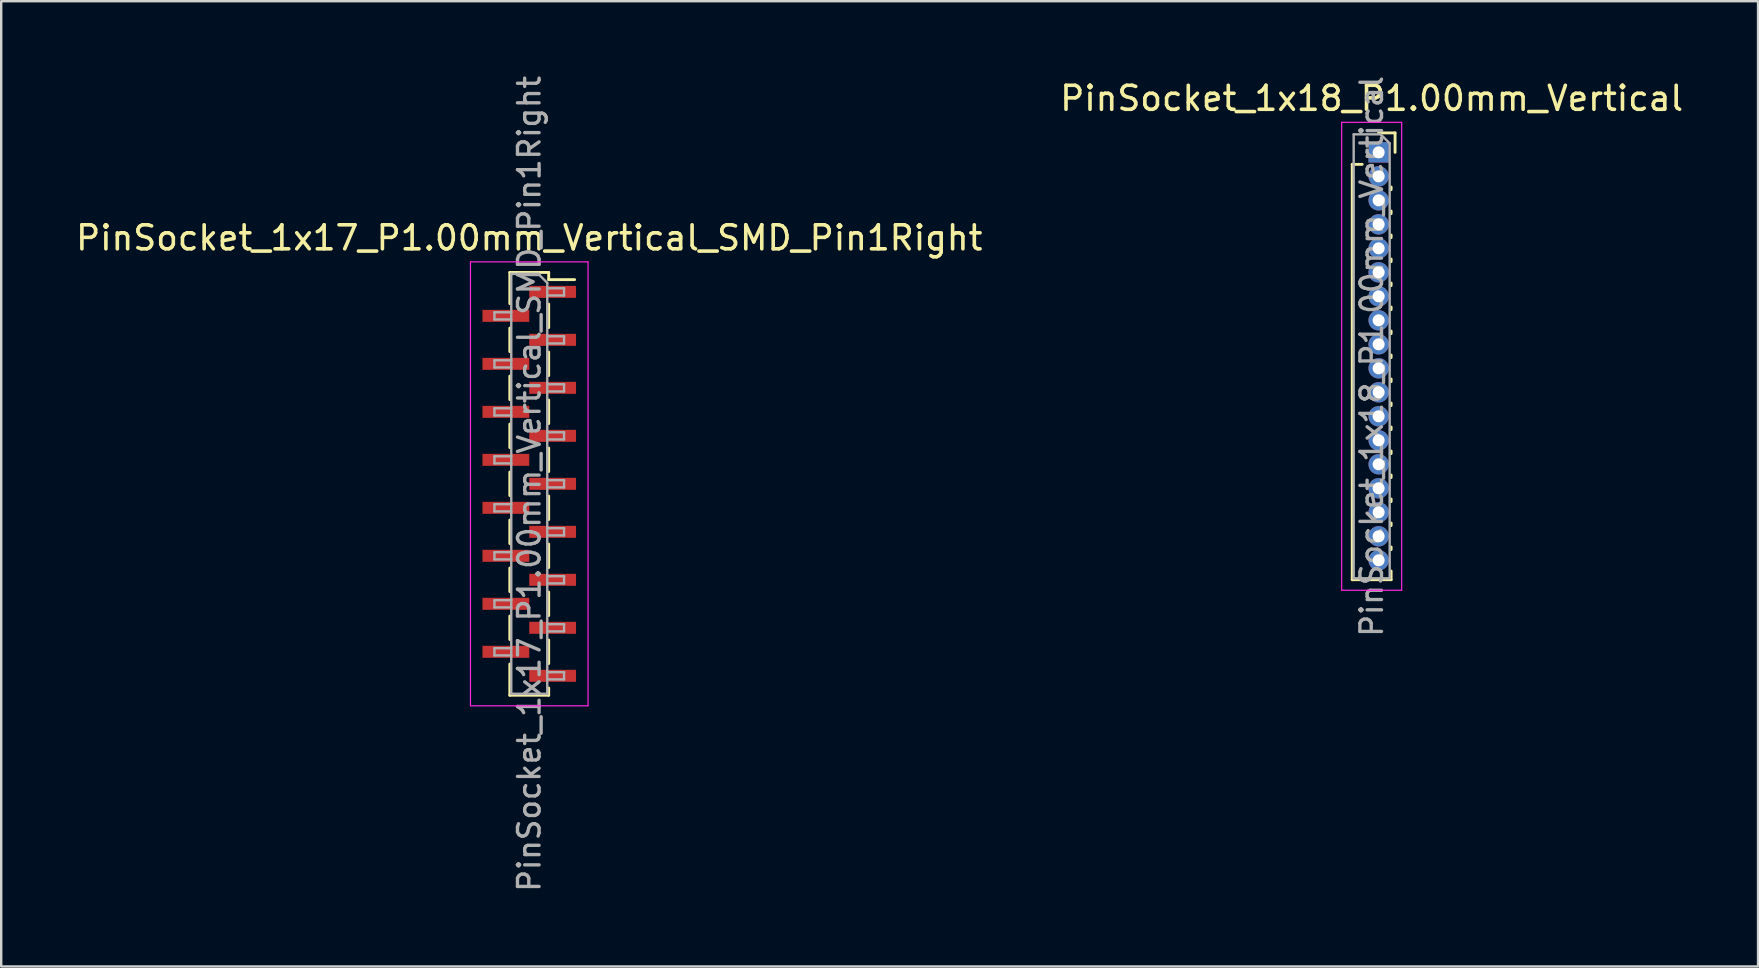
<source format=kicad_pcb>
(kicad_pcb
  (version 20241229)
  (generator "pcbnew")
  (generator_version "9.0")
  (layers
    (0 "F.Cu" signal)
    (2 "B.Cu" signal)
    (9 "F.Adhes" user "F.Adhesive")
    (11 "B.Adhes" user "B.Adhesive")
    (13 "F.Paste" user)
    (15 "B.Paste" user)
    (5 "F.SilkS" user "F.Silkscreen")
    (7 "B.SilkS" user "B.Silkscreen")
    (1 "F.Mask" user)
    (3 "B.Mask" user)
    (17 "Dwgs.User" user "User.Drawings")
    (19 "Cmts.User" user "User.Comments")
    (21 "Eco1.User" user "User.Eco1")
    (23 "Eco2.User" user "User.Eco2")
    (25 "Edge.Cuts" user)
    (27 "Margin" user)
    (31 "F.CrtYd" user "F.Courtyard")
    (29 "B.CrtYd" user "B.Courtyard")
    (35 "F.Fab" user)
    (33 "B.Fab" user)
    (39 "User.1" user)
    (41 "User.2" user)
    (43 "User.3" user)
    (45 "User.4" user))
  (footprint "PinSocket_1x18_P1.00mm_Vertical"
    (layer "F.Cu")
    (at 54.403 3.299)
    (property "Reference" "PinSocket_1x18_P1.00mm_Vertical" (at -0.29 -2.25 0) (layer "F.SilkS") (effects (font (size 1 1) (thickness 0.15))))
    (attr through_hole)
    (fp_line (start -1.1 0.5) (end -1.1 17.81) (stroke (width 0.12) (type solid)) (layer "F.SilkS"))
    (fp_line (start -1.1 0.5) (end -0.685 0.5) (stroke (width 0.12) (type solid)) (layer "F.SilkS"))
    (fp_line (start -1.1 17.81) (end 0.52 17.81) (stroke (width 0.12) (type solid)) (layer "F.SilkS"))
    (fp_line (start 0 -0.81) (end 0.685 -0.81) (stroke (width 0.12) (type solid)) (layer "F.SilkS"))
    (fp_line (start 0.52 1.446) (end 0.52 1.554) (stroke (width 0.12) (type solid)) (layer "F.SilkS"))
    (fp_line (start 0.52 2.446) (end 0.52 2.554) (stroke (width 0.12) (type solid)) (layer "F.SilkS"))
    (fp_line (start 0.52 3.446) (end 0.52 3.554) (stroke (width 0.12) (type solid)) (layer "F.SilkS"))
    (fp_line (start 0.52 4.446) (end 0.52 4.554) (stroke (width 0.12) (type solid)) (layer "F.SilkS"))
    (fp_line (start 0.52 5.446) (end 0.52 5.554) (stroke (width 0.12) (type solid)) (layer "F.SilkS"))
    (fp_line (start 0.52 6.446) (end 0.52 6.554) (stroke (width 0.12) (type solid)) (layer "F.SilkS"))
    (fp_line (start 0.52 7.446) (end 0.52 7.554) (stroke (width 0.12) (type solid)) (layer "F.SilkS"))
    (fp_line (start 0.52 8.446) (end 0.52 8.554) (stroke (width 0.12) (type solid)) (layer "F.SilkS"))
    (fp_line (start 0.52 9.446) (end 0.52 9.554) (stroke (width 0.12) (type solid)) (layer "F.SilkS"))
    (fp_line (start 0.52 10.446) (end 0.52 10.554) (stroke (width 0.12) (type solid)) (layer "F.SilkS"))
    (fp_line (start 0.52 11.446) (end 0.52 11.554) (stroke (width 0.12) (type solid)) (layer "F.SilkS"))
    (fp_line (start 0.52 12.446) (end 0.52 12.554) (stroke (width 0.12) (type solid)) (layer "F.SilkS"))
    (fp_line (start 0.52 13.446) (end 0.52 13.554) (stroke (width 0.12) (type solid)) (layer "F.SilkS"))
    (fp_line (start 0.52 14.446) (end 0.52 14.554) (stroke (width 0.12) (type solid)) (layer "F.SilkS"))
    (fp_line (start 0.52 15.446) (end 0.52 15.554) (stroke (width 0.12) (type solid)) (layer "F.SilkS"))
    (fp_line (start 0.52 16.446) (end 0.52 16.554) (stroke (width 0.12) (type solid)) (layer "F.SilkS"))
    (fp_line (start 0.52 17.446) (end 0.52 17.81) (stroke (width 0.12) (type solid)) (layer "F.SilkS"))
    (fp_line (start 0.685 -0.81) (end 0.685 0) (stroke (width 0.12) (type solid)) (layer "F.SilkS"))
    (fp_line (start -1.54 -1.25) (end 0.96 -1.25) (stroke (width 0.05) (type solid)) (layer "F.CrtYd"))
    (fp_line (start -1.54 18.25) (end -1.54 -1.25) (stroke (width 0.05) (type solid)) (layer "F.CrtYd"))
    (fp_line (start 0.96 -1.25) (end 0.96 18.25) (stroke (width 0.05) (type solid)) (layer "F.CrtYd"))
    (fp_line (start 0.96 18.25) (end -1.54 18.25) (stroke (width 0.05) (type solid)) (layer "F.CrtYd"))
    (fp_line (start -1.04 -0.75) (end 0.085 -0.75) (stroke (width 0.1) (type solid)) (layer "F.Fab"))
    (fp_line (start -1.04 17.75) (end -1.04 -0.75) (stroke (width 0.1) (type solid)) (layer "F.Fab"))
    (fp_line (start 0.085 -0.75) (end 0.46 -0.375) (stroke (width 0.1) (type solid)) (layer "F.Fab"))
    (fp_line (start 0.46 -0.375) (end 0.46 17.75) (stroke (width 0.1) (type solid)) (layer "F.Fab"))
    (fp_line (start 0.46 17.75) (end -1.04 17.75) (stroke (width 0.1) (type solid)) (layer "F.Fab"))
    (fp_text user "${REFERENCE}" (at -0.29 8.5 90) (layer "F.Fab") (effects (font (size 0.9 0.9) (thickness 0.14))))
    (pad "1" thru_hole rect (at 0 0) (size 0.85 0.85) (drill 0.5) (layers "*.Cu" "*.Mask"))
    (pad "2" thru_hole oval (at 0 1) (size 0.85 0.85) (drill 0.5) (layers "*.Cu" "*.Mask"))
    (pad "3" thru_hole oval (at 0 2) (size 0.85 0.85) (drill 0.5) (layers "*.Cu" "*.Mask"))
    (pad "4" thru_hole oval (at 0 3) (size 0.85 0.85) (drill 0.5) (layers "*.Cu" "*.Mask"))
    (pad "5" thru_hole oval (at 0 4) (size 0.85 0.85) (drill 0.5) (layers "*.Cu" "*.Mask"))
    (pad "6" thru_hole oval (at 0 5) (size 0.85 0.85) (drill 0.5) (layers "*.Cu" "*.Mask"))
    (pad "7" thru_hole oval (at 0 6) (size 0.85 0.85) (drill 0.5) (layers "*.Cu" "*.Mask"))
    (pad "8" thru_hole oval (at 0 7) (size 0.85 0.85) (drill 0.5) (layers "*.Cu" "*.Mask"))
    (pad "9" thru_hole oval (at 0 8) (size 0.85 0.85) (drill 0.5) (layers "*.Cu" "*.Mask"))
    (pad "10" thru_hole oval (at 0 9) (size 0.85 0.85) (drill 0.5) (layers "*.Cu" "*.Mask"))
    (pad "11" thru_hole oval (at 0 10) (size 0.85 0.85) (drill 0.5) (layers "*.Cu" "*.Mask"))
    (pad "12" thru_hole oval (at 0 11) (size 0.85 0.85) (drill 0.5) (layers "*.Cu" "*.Mask"))
    (pad "13" thru_hole oval (at 0 12) (size 0.85 0.85) (drill 0.5) (layers "*.Cu" "*.Mask"))
    (pad "14" thru_hole oval (at 0 13) (size 0.85 0.85) (drill 0.5) (layers "*.Cu" "*.Mask"))
    (pad "15" thru_hole oval (at 0 14) (size 0.85 0.85) (drill 0.5) (layers "*.Cu" "*.Mask"))
    (pad "16" thru_hole oval (at 0 15) (size 0.85 0.85) (drill 0.5) (layers "*.Cu" "*.Mask"))
    (pad "17" thru_hole oval (at 0 16) (size 0.85 0.85) (drill 0.5) (layers "*.Cu" "*.Mask"))
    (pad "18" thru_hole oval (at 0 17) (size 0.85 0.85) (drill 0.5) (layers "*.Cu" "*.Mask")))
  (footprint "PinSocket_1x17_P1.00mm_Vertical_SMD_Pin1Right"
    (layer "F.Cu")
    (at 19.006 17.113)
    (property "Reference" "PinSocket_1x17_P1.00mm_Vertical_SMD_Pin1Right" (at 0 -10.25 0) (layer "F.SilkS") (effects (font (size 1 1) (thickness 0.15))))
    (attr smd)
    (fp_line (start -0.81 -8.81) (end -0.81 -7.51) (stroke (width 0.12) (type solid)) (layer "F.SilkS"))
    (fp_line (start -0.81 -8.81) (end 0.81 -8.81) (stroke (width 0.12) (type solid)) (layer "F.SilkS"))
    (fp_line (start -0.81 -6.49) (end -0.81 -5.51) (stroke (width 0.12) (type solid)) (layer "F.SilkS"))
    (fp_line (start -0.81 -4.49) (end -0.81 -3.51) (stroke (width 0.12) (type solid)) (layer "F.SilkS"))
    (fp_line (start -0.81 -2.49) (end -0.81 -1.51) (stroke (width 0.12) (type solid)) (layer "F.SilkS"))
    (fp_line (start -0.81 -0.49) (end -0.81 0.49) (stroke (width 0.12) (type solid)) (layer "F.SilkS"))
    (fp_line (start -0.81 1.51) (end -0.81 2.49) (stroke (width 0.12) (type solid)) (layer "F.SilkS"))
    (fp_line (start -0.81 3.51) (end -0.81 4.49) (stroke (width 0.12) (type solid)) (layer "F.SilkS"))
    (fp_line (start -0.81 5.51) (end -0.81 6.49) (stroke (width 0.12) (type solid)) (layer "F.SilkS"))
    (fp_line (start -0.81 7.51) (end -0.81 8.81) (stroke (width 0.12) (type solid)) (layer "F.SilkS"))
    (fp_line (start -0.81 8.81) (end 0.81 8.81) (stroke (width 0.12) (type solid)) (layer "F.SilkS"))
    (fp_line (start 0.81 -8.81) (end 0.81 -8.51) (stroke (width 0.12) (type solid)) (layer "F.SilkS"))
    (fp_line (start 0.81 -8.51) (end 1.89 -8.51) (stroke (width 0.12) (type solid)) (layer "F.SilkS"))
    (fp_line (start 0.81 -7.49) (end 0.81 -6.51) (stroke (width 0.12) (type solid)) (layer "F.SilkS"))
    (fp_line (start 0.81 -5.49) (end 0.81 -4.51) (stroke (width 0.12) (type solid)) (layer "F.SilkS"))
    (fp_line (start 0.81 -3.49) (end 0.81 -2.51) (stroke (width 0.12) (type solid)) (layer "F.SilkS"))
    (fp_line (start 0.81 -1.49) (end 0.81 -0.51) (stroke (width 0.12) (type solid)) (layer "F.SilkS"))
    (fp_line (start 0.81 0.51) (end 0.81 1.49) (stroke (width 0.12) (type solid)) (layer "F.SilkS"))
    (fp_line (start 0.81 2.51) (end 0.81 3.49) (stroke (width 0.12) (type solid)) (layer "F.SilkS"))
    (fp_line (start 0.81 4.51) (end 0.81 5.49) (stroke (width 0.12) (type solid)) (layer "F.SilkS"))
    (fp_line (start 0.81 6.51) (end 0.81 7.49) (stroke (width 0.12) (type solid)) (layer "F.SilkS"))
    (fp_line (start 0.81 8.51) (end 0.81 8.81) (stroke (width 0.12) (type solid)) (layer "F.SilkS"))
    (fp_line (start -2.45 -9.25) (end 2.45 -9.25) (stroke (width 0.05) (type solid)) (layer "F.CrtYd"))
    (fp_line (start -2.45 9.25) (end -2.45 -9.25) (stroke (width 0.05) (type solid)) (layer "F.CrtYd"))
    (fp_line (start 2.45 -9.25) (end 2.45 9.25) (stroke (width 0.05) (type solid)) (layer "F.CrtYd"))
    (fp_line (start 2.45 9.25) (end -2.45 9.25) (stroke (width 0.05) (type solid)) (layer "F.CrtYd"))
    (fp_line (start -1.45 -7.15) (end -0.75 -7.15) (stroke (width 0.1) (type solid)) (layer "F.Fab"))
    (fp_line (start -1.45 -6.85) (end -1.45 -7.15) (stroke (width 0.1) (type solid)) (layer "F.Fab"))
    (fp_line (start -1.45 -5.15) (end -0.75 -5.15) (stroke (width 0.1) (type solid)) (layer "F.Fab"))
    (fp_line (start -1.45 -4.85) (end -1.45 -5.15) (stroke (width 0.1) (type solid)) (layer "F.Fab"))
    (fp_line (start -1.45 -3.15) (end -0.75 -3.15) (stroke (width 0.1) (type solid)) (layer "F.Fab"))
    (fp_line (start -1.45 -2.85) (end -1.45 -3.15) (stroke (width 0.1) (type solid)) (layer "F.Fab"))
    (fp_line (start -1.45 -1.15) (end -0.75 -1.15) (stroke (width 0.1) (type solid)) (layer "F.Fab"))
    (fp_line (start -1.45 -0.85) (end -1.45 -1.15) (stroke (width 0.1) (type solid)) (layer "F.Fab"))
    (fp_line (start -1.45 0.85) (end -0.75 0.85) (stroke (width 0.1) (type solid)) (layer "F.Fab"))
    (fp_line (start -1.45 1.15) (end -1.45 0.85) (stroke (width 0.1) (type solid)) (layer "F.Fab"))
    (fp_line (start -1.45 2.85) (end -0.75 2.85) (stroke (width 0.1) (type solid)) (layer "F.Fab"))
    (fp_line (start -1.45 3.15) (end -1.45 2.85) (stroke (width 0.1) (type solid)) (layer "F.Fab"))
    (fp_line (start -1.45 4.85) (end -0.75 4.85) (stroke (width 0.1) (type solid)) (layer "F.Fab"))
    (fp_line (start -1.45 5.15) (end -1.45 4.85) (stroke (width 0.1) (type solid)) (layer "F.Fab"))
    (fp_line (start -1.45 6.85) (end -0.75 6.85) (stroke (width 0.1) (type solid)) (layer "F.Fab"))
    (fp_line (start -1.45 7.15) (end -1.45 6.85) (stroke (width 0.1) (type solid)) (layer "F.Fab"))
    (fp_line (start -0.75 -8.75) (end 0.375 -8.75) (stroke (width 0.1) (type solid)) (layer "F.Fab"))
    (fp_line (start -0.75 -6.85) (end -1.45 -6.85) (stroke (width 0.1) (type solid)) (layer "F.Fab"))
    (fp_line (start -0.75 -4.85) (end -1.45 -4.85) (stroke (width 0.1) (type solid)) (layer "F.Fab"))
    (fp_line (start -0.75 -2.85) (end -1.45 -2.85) (stroke (width 0.1) (type solid)) (layer "F.Fab"))
    (fp_line (start -0.75 -0.85) (end -1.45 -0.85) (stroke (width 0.1) (type solid)) (layer "F.Fab"))
    (fp_line (start -0.75 1.15) (end -1.45 1.15) (stroke (width 0.1) (type solid)) (layer "F.Fab"))
    (fp_line (start -0.75 3.15) (end -1.45 3.15) (stroke (width 0.1) (type solid)) (layer "F.Fab"))
    (fp_line (start -0.75 5.15) (end -1.45 5.15) (stroke (width 0.1) (type solid)) (layer "F.Fab"))
    (fp_line (start -0.75 7.15) (end -1.45 7.15) (stroke (width 0.1) (type solid)) (layer "F.Fab"))
    (fp_line (start -0.75 8.75) (end -0.75 -8.75) (stroke (width 0.1) (type solid)) (layer "F.Fab"))
    (fp_line (start 0.375 -8.75) (end 0.75 -8.375) (stroke (width 0.1) (type solid)) (layer "F.Fab"))
    (fp_line (start 0.75 -8.375) (end 0.75 8.75) (stroke (width 0.1) (type solid)) (layer "F.Fab"))
    (fp_line (start 0.75 -8.15) (end 1.45 -8.15) (stroke (width 0.1) (type solid)) (layer "F.Fab"))
    (fp_line (start 0.75 -6.15) (end 1.45 -6.15) (stroke (width 0.1) (type solid)) (layer "F.Fab"))
    (fp_line (start 0.75 -4.15) (end 1.45 -4.15) (stroke (width 0.1) (type solid)) (layer "F.Fab"))
    (fp_line (start 0.75 -2.15) (end 1.45 -2.15) (stroke (width 0.1) (type solid)) (layer "F.Fab"))
    (fp_line (start 0.75 -0.15) (end 1.45 -0.15) (stroke (width 0.1) (type solid)) (layer "F.Fab"))
    (fp_line (start 0.75 1.85) (end 1.45 1.85) (stroke (width 0.1) (type solid)) (layer "F.Fab"))
    (fp_line (start 0.75 3.85) (end 1.45 3.85) (stroke (width 0.1) (type solid)) (layer "F.Fab"))
    (fp_line (start 0.75 5.85) (end 1.45 5.85) (stroke (width 0.1) (type solid)) (layer "F.Fab"))
    (fp_line (start 0.75 7.85) (end 1.45 7.85) (stroke (width 0.1) (type solid)) (layer "F.Fab"))
    (fp_line (start 0.75 8.75) (end -0.75 8.75) (stroke (width 0.1) (type solid)) (layer "F.Fab"))
    (fp_line (start 1.45 -8.15) (end 1.45 -7.85) (stroke (width 0.1) (type solid)) (layer "F.Fab"))
    (fp_line (start 1.45 -7.85) (end 0.75 -7.85) (stroke (width 0.1) (type solid)) (layer "F.Fab"))
    (fp_line (start 1.45 -6.15) (end 1.45 -5.85) (stroke (width 0.1) (type solid)) (layer "F.Fab"))
    (fp_line (start 1.45 -5.85) (end 0.75 -5.85) (stroke (width 0.1) (type solid)) (layer "F.Fab"))
    (fp_line (start 1.45 -4.15) (end 1.45 -3.85) (stroke (width 0.1) (type solid)) (layer "F.Fab"))
    (fp_line (start 1.45 -3.85) (end 0.75 -3.85) (stroke (width 0.1) (type solid)) (layer "F.Fab"))
    (fp_line (start 1.45 -2.15) (end 1.45 -1.85) (stroke (width 0.1) (type solid)) (layer "F.Fab"))
    (fp_line (start 1.45 -1.85) (end 0.75 -1.85) (stroke (width 0.1) (type solid)) (layer "F.Fab"))
    (fp_line (start 1.45 -0.15) (end 1.45 0.15) (stroke (width 0.1) (type solid)) (layer "F.Fab"))
    (fp_line (start 1.45 0.15) (end 0.75 0.15) (stroke (width 0.1) (type solid)) (layer "F.Fab"))
    (fp_line (start 1.45 1.85) (end 1.45 2.15) (stroke (width 0.1) (type solid)) (layer "F.Fab"))
    (fp_line (start 1.45 2.15) (end 0.75 2.15) (stroke (width 0.1) (type solid)) (layer "F.Fab"))
    (fp_line (start 1.45 3.85) (end 1.45 4.15) (stroke (width 0.1) (type solid)) (layer "F.Fab"))
    (fp_line (start 1.45 4.15) (end 0.75 4.15) (stroke (width 0.1) (type solid)) (layer "F.Fab"))
    (fp_line (start 1.45 5.85) (end 1.45 6.15) (stroke (width 0.1) (type solid)) (layer "F.Fab"))
    (fp_line (start 1.45 6.15) (end 0.75 6.15) (stroke (width 0.1) (type solid)) (layer "F.Fab"))
    (fp_line (start 1.45 7.85) (end 1.45 8.15) (stroke (width 0.1) (type solid)) (layer "F.Fab"))
    (fp_line (start 1.45 8.15) (end 0.75 8.15) (stroke (width 0.1) (type solid)) (layer "F.Fab"))
    (fp_text user "${REFERENCE}" (at 0 0 90) (layer "F.Fab") (effects (font (size 0.9 0.9) (thickness 0.14))))
    (pad "1" smd rect (at 0.975 -8) (size 1.95 0.5) (layers "F.Cu" "F.Mask" "F.Paste"))
    (pad "2" smd rect (at -0.975 -7) (size 1.95 0.5) (layers "F.Cu" "F.Mask" "F.Paste"))
    (pad "3" smd rect (at 0.975 -6) (size 1.95 0.5) (layers "F.Cu" "F.Mask" "F.Paste"))
    (pad "4" smd rect (at -0.975 -5) (size 1.95 0.5) (layers "F.Cu" "F.Mask" "F.Paste"))
    (pad "5" smd rect (at 0.975 -4) (size 1.95 0.5) (layers "F.Cu" "F.Mask" "F.Paste"))
    (pad "6" smd rect (at -0.975 -3) (size 1.95 0.5) (layers "F.Cu" "F.Mask" "F.Paste"))
    (pad "7" smd rect (at 0.975 -2) (size 1.95 0.5) (layers "F.Cu" "F.Mask" "F.Paste"))
    (pad "8" smd rect (at -0.975 -1) (size 1.95 0.5) (layers "F.Cu" "F.Mask" "F.Paste"))
    (pad "9" smd rect (at 0.975 0) (size 1.95 0.5) (layers "F.Cu" "F.Mask" "F.Paste"))
    (pad "10" smd rect (at -0.975 1) (size 1.95 0.5) (layers "F.Cu" "F.Mask" "F.Paste"))
    (pad "11" smd rect (at 0.975 2) (size 1.95 0.5) (layers "F.Cu" "F.Mask" "F.Paste"))
    (pad "12" smd rect (at -0.975 3) (size 1.95 0.5) (layers "F.Cu" "F.Mask" "F.Paste"))
    (pad "13" smd rect (at 0.975 4) (size 1.95 0.5) (layers "F.Cu" "F.Mask" "F.Paste"))
    (pad "14" smd rect (at -0.975 5) (size 1.95 0.5) (layers "F.Cu" "F.Mask" "F.Paste"))
    (pad "15" smd rect (at 0.975 6) (size 1.95 0.5) (layers "F.Cu" "F.Mask" "F.Paste"))
    (pad "16" smd rect (at -0.975 7) (size 1.95 0.5) (layers "F.Cu" "F.Mask" "F.Paste"))
    (pad "17" smd rect (at 0.975 8) (size 1.95 0.5) (layers "F.Cu" "F.Mask" "F.Paste")))
  (gr_rect
    (start -3 -3)
    (end 70.214 37.226)
    (stroke (width 0.1) (type default))
    (fill no)
    (layer "Edge.Cuts")))
</source>
